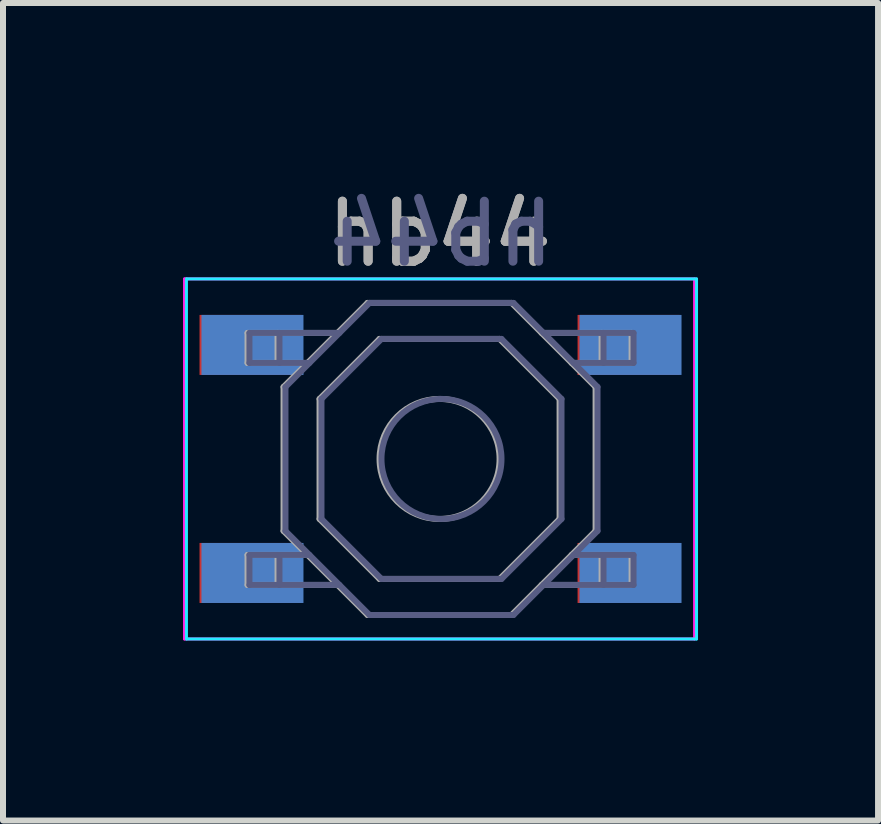
<source format=kicad_pcb>
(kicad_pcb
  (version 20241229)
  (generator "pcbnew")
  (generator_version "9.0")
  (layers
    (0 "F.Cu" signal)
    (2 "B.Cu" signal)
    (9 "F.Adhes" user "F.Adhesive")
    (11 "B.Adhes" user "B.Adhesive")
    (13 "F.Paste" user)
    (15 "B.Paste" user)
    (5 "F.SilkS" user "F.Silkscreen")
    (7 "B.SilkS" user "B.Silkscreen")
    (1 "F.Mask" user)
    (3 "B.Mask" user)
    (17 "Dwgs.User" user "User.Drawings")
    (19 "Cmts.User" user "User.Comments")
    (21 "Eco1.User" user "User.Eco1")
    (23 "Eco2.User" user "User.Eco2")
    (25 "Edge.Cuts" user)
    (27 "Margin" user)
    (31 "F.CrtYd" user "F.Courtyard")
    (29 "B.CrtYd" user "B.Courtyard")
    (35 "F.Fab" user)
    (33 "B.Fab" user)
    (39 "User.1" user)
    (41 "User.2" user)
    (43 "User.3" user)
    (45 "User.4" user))
  (footprint "hb44"
    (layer "F.Cu")
    (at 4.275 4.598)
    (property "Reference" "hb44" (at 0 -3.75 0) (layer "F.Fab") (effects (font (size 1 1) (thickness 0.15))))
    (attr smd)
    (fp_line (start -4.218 -3) (end -4.218 3) (stroke (width 0.05) (type solid)) (layer "B.CrtYd"))
    (fp_line (start -4.218 3) (end 4.282 3) (stroke (width 0.05) (type solid)) (layer "B.CrtYd"))
    (fp_line (start 4.282 -3) (end -4.218 -3) (stroke (width 0.05) (type solid)) (layer "B.CrtYd"))
    (fp_line (start 4.282 3) (end 4.282 -3) (stroke (width 0.05) (type solid)) (layer "B.CrtYd"))
    (fp_line (start -4.25 -3) (end 4.25 -3) (stroke (width 0.05) (type solid)) (layer "F.CrtYd"))
    (fp_line (start -4.25 3) (end -4.25 -3) (stroke (width 0.05) (type solid)) (layer "F.CrtYd"))
    (fp_line (start 4.25 -3) (end 4.25 3) (stroke (width 0.05) (type solid)) (layer "F.CrtYd"))
    (fp_line (start 4.25 3) (end -4.25 3) (stroke (width 0.05) (type solid)) (layer "F.CrtYd"))
    (fp_line (start -3.168 -2.1) (end -3.168 -1.6) (stroke (width 0.1) (type solid)) (layer "B.Fab"))
    (fp_line (start -3.168 -1.6) (end -2.168 -1.6) (stroke (width 0.1) (type solid)) (layer "B.Fab"))
    (fp_line (start -3.168 1.6) (end -2.168 1.6) (stroke (width 0.1) (type solid)) (layer "B.Fab"))
    (fp_line (start -3.168 2.1) (end -3.168 1.6) (stroke (width 0.1) (type solid)) (layer "B.Fab"))
    (fp_line (start -2.668 -2.1) (end -2.668 -1.6) (stroke (width 0.1) (type solid)) (layer "B.Fab"))
    (fp_line (start -2.668 2.1) (end -2.668 1.6) (stroke (width 0.1) (type solid)) (layer "B.Fab"))
    (fp_line (start -2.568 -1.2) (end -1.168 -2.6) (stroke (width 0.1) (type solid)) (layer "B.Fab"))
    (fp_line (start -2.568 1.2) (end -2.568 -1.2) (stroke (width 0.1) (type solid)) (layer "B.Fab"))
    (fp_line (start -1.968 -1) (end -1.968 1) (stroke (width 0.1) (type solid)) (layer "B.Fab"))
    (fp_line (start -1.968 1) (end -0.968 2) (stroke (width 0.1) (type solid)) (layer "B.Fab"))
    (fp_line (start -1.668 -2.1) (end -3.168 -2.1) (stroke (width 0.1) (type solid)) (layer "B.Fab"))
    (fp_line (start -1.668 2.1) (end -3.168 2.1) (stroke (width 0.1) (type solid)) (layer "B.Fab"))
    (fp_line (start -1.168 -2.6) (end 1.232 -2.6) (stroke (width 0.1) (type solid)) (layer "B.Fab"))
    (fp_line (start -1.168 2.6) (end -2.568 1.2) (stroke (width 0.1) (type solid)) (layer "B.Fab"))
    (fp_line (start -0.968 -2) (end -1.968 -1) (stroke (width 0.1) (type solid)) (layer "B.Fab"))
    (fp_line (start -0.968 2) (end 1.032 2) (stroke (width 0.1) (type solid)) (layer "B.Fab"))
    (fp_line (start 1.032 -2) (end -0.968 -2) (stroke (width 0.1) (type solid)) (layer "B.Fab"))
    (fp_line (start 1.032 2) (end 2.032 1) (stroke (width 0.1) (type solid)) (layer "B.Fab"))
    (fp_line (start 1.232 -2.6) (end 2.632 -1.2) (stroke (width 0.1) (type solid)) (layer "B.Fab"))
    (fp_line (start 1.232 2.6) (end -1.168 2.6) (stroke (width 0.1) (type solid)) (layer "B.Fab"))
    (fp_line (start 1.732 -2.1) (end 3.232 -2.1) (stroke (width 0.1) (type solid)) (layer "B.Fab"))
    (fp_line (start 1.732 2.1) (end 3.232 2.1) (stroke (width 0.1) (type solid)) (layer "B.Fab"))
    (fp_line (start 2.032 -1) (end 1.032 -2) (stroke (width 0.1) (type solid)) (layer "B.Fab"))
    (fp_line (start 2.032 1) (end 2.032 -1) (stroke (width 0.1) (type solid)) (layer "B.Fab"))
    (fp_line (start 2.632 -1.2) (end 2.632 1.2) (stroke (width 0.1) (type solid)) (layer "B.Fab"))
    (fp_line (start 2.632 1.2) (end 1.232 2.6) (stroke (width 0.1) (type solid)) (layer "B.Fab"))
    (fp_line (start 2.732 -2.1) (end 2.732 -1.6) (stroke (width 0.1) (type solid)) (layer "B.Fab"))
    (fp_line (start 2.732 2.1) (end 2.732 1.6) (stroke (width 0.1) (type solid)) (layer "B.Fab"))
    (fp_line (start 3.232 -2.1) (end 3.232 -1.6) (stroke (width 0.1) (type solid)) (layer "B.Fab"))
    (fp_line (start 3.232 -1.6) (end 2.232 -1.6) (stroke (width 0.1) (type solid)) (layer "B.Fab"))
    (fp_line (start 3.232 1.6) (end 2.232 1.6) (stroke (width 0.1) (type solid)) (layer "B.Fab"))
    (fp_line (start 3.232 2.1) (end 3.232 1.6) (stroke (width 0.1) (type solid)) (layer "B.Fab"))
    (fp_circle (center 0.032 0) (end -0.968 0) (stroke (width 0.1) (type solid)) (fill no) (layer "B.Fab"))
    (fp_line (start -3.2 -2.1) (end -3.2 -1.6) (stroke (width 0.1) (type solid)) (layer "F.Fab"))
    (fp_line (start -3.2 -1.6) (end -2.2 -1.6) (stroke (width 0.1) (type solid)) (layer "F.Fab"))
    (fp_line (start -3.2 1.6) (end -2.2 1.6) (stroke (width 0.1) (type solid)) (layer "F.Fab"))
    (fp_line (start -3.2 2.1) (end -3.2 1.6) (stroke (width 0.1) (type solid)) (layer "F.Fab"))
    (fp_line (start -2.7 -2.1) (end -2.7 -1.6) (stroke (width 0.1) (type solid)) (layer "F.Fab"))
    (fp_line (start -2.7 2.1) (end -2.7 1.6) (stroke (width 0.1) (type solid)) (layer "F.Fab"))
    (fp_line (start -2.6 -1.2) (end -2.6 1.2) (stroke (width 0.1) (type solid)) (layer "F.Fab"))
    (fp_line (start -2.6 1.2) (end -1.2 2.6) (stroke (width 0.1) (type solid)) (layer "F.Fab"))
    (fp_line (start -2 -1) (end -1 -2) (stroke (width 0.1) (type solid)) (layer "F.Fab"))
    (fp_line (start -2 1) (end -2 -1) (stroke (width 0.1) (type solid)) (layer "F.Fab"))
    (fp_line (start -1.7 -2.1) (end -3.2 -2.1) (stroke (width 0.1) (type solid)) (layer "F.Fab"))
    (fp_line (start -1.7 2.1) (end -3.2 2.1) (stroke (width 0.1) (type solid)) (layer "F.Fab"))
    (fp_line (start -1.2 -2.6) (end -2.6 -1.2) (stroke (width 0.1) (type solid)) (layer "F.Fab"))
    (fp_line (start -1.2 2.6) (end 1.2 2.6) (stroke (width 0.1) (type solid)) (layer "F.Fab"))
    (fp_line (start -1 -2) (end 1 -2) (stroke (width 0.1) (type solid)) (layer "F.Fab"))
    (fp_line (start -1 2) (end -2 1) (stroke (width 0.1) (type solid)) (layer "F.Fab"))
    (fp_line (start 1 -2) (end 2 -1) (stroke (width 0.1) (type solid)) (layer "F.Fab"))
    (fp_line (start 1 2) (end -1 2) (stroke (width 0.1) (type solid)) (layer "F.Fab"))
    (fp_line (start 1.2 -2.6) (end -1.2 -2.6) (stroke (width 0.1) (type solid)) (layer "F.Fab"))
    (fp_line (start 1.2 2.6) (end 2.6 1.2) (stroke (width 0.1) (type solid)) (layer "F.Fab"))
    (fp_line (start 1.7 -2.1) (end 3.2 -2.1) (stroke (width 0.1) (type solid)) (layer "F.Fab"))
    (fp_line (start 1.7 2.1) (end 3.2 2.1) (stroke (width 0.1) (type solid)) (layer "F.Fab"))
    (fp_line (start 2 -1) (end 2 1) (stroke (width 0.1) (type solid)) (layer "F.Fab"))
    (fp_line (start 2 1) (end 1 2) (stroke (width 0.1) (type solid)) (layer "F.Fab"))
    (fp_line (start 2.6 -1.2) (end 1.2 -2.6) (stroke (width 0.1) (type solid)) (layer "F.Fab"))
    (fp_line (start 2.6 1.2) (end 2.6 -1.2) (stroke (width 0.1) (type solid)) (layer "F.Fab"))
    (fp_line (start 2.7 -2.1) (end 2.7 -1.6) (stroke (width 0.1) (type solid)) (layer "F.Fab"))
    (fp_line (start 2.7 2.1) (end 2.7 1.6) (stroke (width 0.1) (type solid)) (layer "F.Fab"))
    (fp_line (start 3.2 -2.1) (end 3.2 -1.6) (stroke (width 0.1) (type solid)) (layer "F.Fab"))
    (fp_line (start 3.2 -1.6) (end 2.2 -1.6) (stroke (width 0.1) (type solid)) (layer "F.Fab"))
    (fp_line (start 3.2 1.6) (end 2.2 1.6) (stroke (width 0.1) (type solid)) (layer "F.Fab"))
    (fp_line (start 3.2 2.1) (end 3.2 1.6) (stroke (width 0.1) (type solid)) (layer "F.Fab"))
    (fp_circle (center 0 0) (end 1 0) (stroke (width 0.1) (type solid)) (fill no) (layer "F.Fab"))
    (fp_text user "${REFERENCE}" (at 0.032 -3.75 0) (layer "B.Fab") (effects (font (size 1 1) (thickness 0.15)) (justify mirror)))
    (fp_text user "${REFERENCE}" (at 0 -3.75 0) (layer "F.Fab") (effects (font (size 1 1) (thickness 0.15))))
    (pad "1" smd rect (at -3.15 -1.9) (size 1.7 1) (layers "F.Cu" "F.Mask" "F.Paste"))
    (pad "1" smd rect (at -3.118 -1.9) (size 1.7 1) (layers "B.Cu" "B.Mask" "B.Paste"))
    (pad "1" smd rect (at 3.15 -1.9) (size 1.7 1) (layers "F.Cu" "F.Mask" "F.Paste"))
    (pad "1" smd rect (at 3.182 -1.9) (size 1.7 1) (layers "B.Cu" "B.Mask" "B.Paste"))
    (pad "2" smd rect (at -3.15 1.9) (size 1.7 1) (layers "F.Cu" "F.Mask" "F.Paste"))
    (pad "2" smd rect (at -3.118 1.9) (size 1.7 1) (layers "B.Cu" "B.Mask" "B.Paste"))
    (pad "2" smd rect (at 3.15 1.9) (size 1.7 1) (layers "F.Cu" "F.Mask" "F.Paste"))
    (pad "2" smd rect (at 3.182 1.9) (size 1.7 1) (layers "B.Cu" "B.Mask" "B.Paste")))
  (gr_rect
    (start -3 -3)
    (end 11.582 10.623)
    (stroke (width 0.1) (type default))
    (fill no)
    (layer "Edge.Cuts")))
</source>
